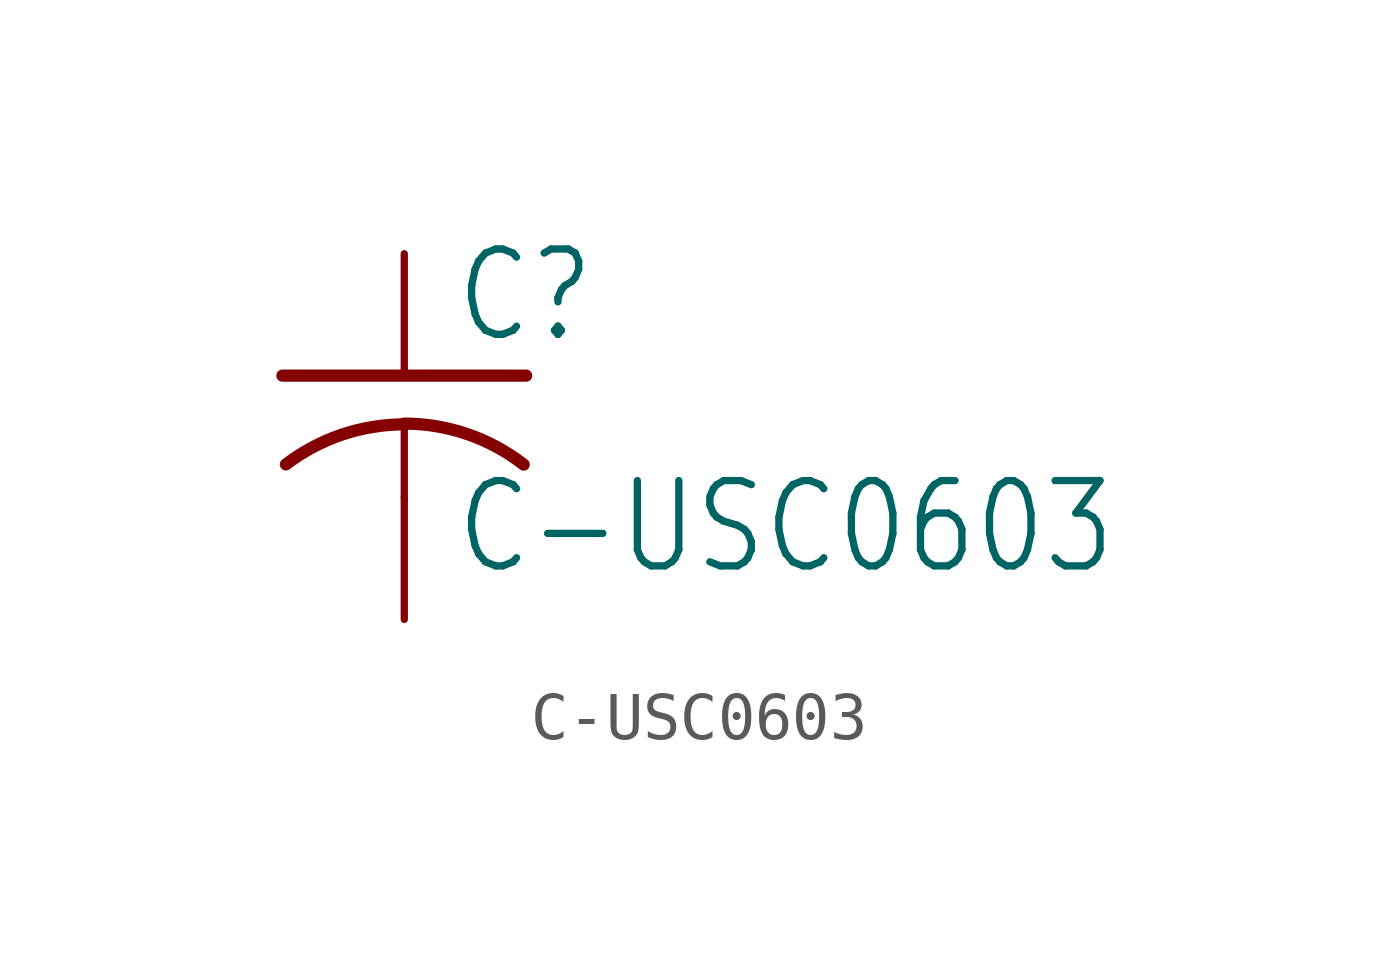
<source format=kicad_sym>
(kicad_symbol_lib
  (version 20211014)
  (generator kicad_symbol_editor)
  (symbol "C-USC0603"
    (property "Reference" "C"
      (at 1.016 0.635 0)
      (effects (font (size 1.778 1.511)) (justify left bottom)))
    (property "Value" "C-USC0603"
      (at 1.016 -4.191 0)
      (effects (font (size 1.778 1.511)) (justify left bottom)))
    (property "ki_locked" ""
      (at 0 0 0)
      (effects (font (size 1.27 1.27))))
    (symbol "C-USC0603_1_0"
      (arc (start 0 -1.0161) (mid -1.302 -1.2303) (end -2.4668 -1.8504) (stroke (width 0.254) (type default) (color 0 0 0 0)) (fill (type none)))
      (polyline (pts (xy -2.54 0) (xy 2.54 0)) (stroke (width 0.254) (type default) (color 0 0 0 0)) (fill (type none)))
      (polyline (pts (xy 0 -1.016) (xy 0 -2.54)) (stroke (width 0.152) (type default) (color 0 0 0 0)) (fill (type none)))
      (arc (start 2.4892 -1.8542) (mid 1.3158 -1.2195) (end 0 -1) (stroke (width 0.254) (type default) (color 0 0 0 0)) (fill (type none)))
      (pin passive line (at 0 2.54 270) (length 2.54) (name "1" (effects (font (size 0 0)))) (number "1" (effects (font (size 0 0)))))
      (pin passive line (at 0 -5.08 90) (length 2.54) (name "2" (effects (font (size 0 0)))) (number "2" (effects (font (size 0 0))))))))
</source>
